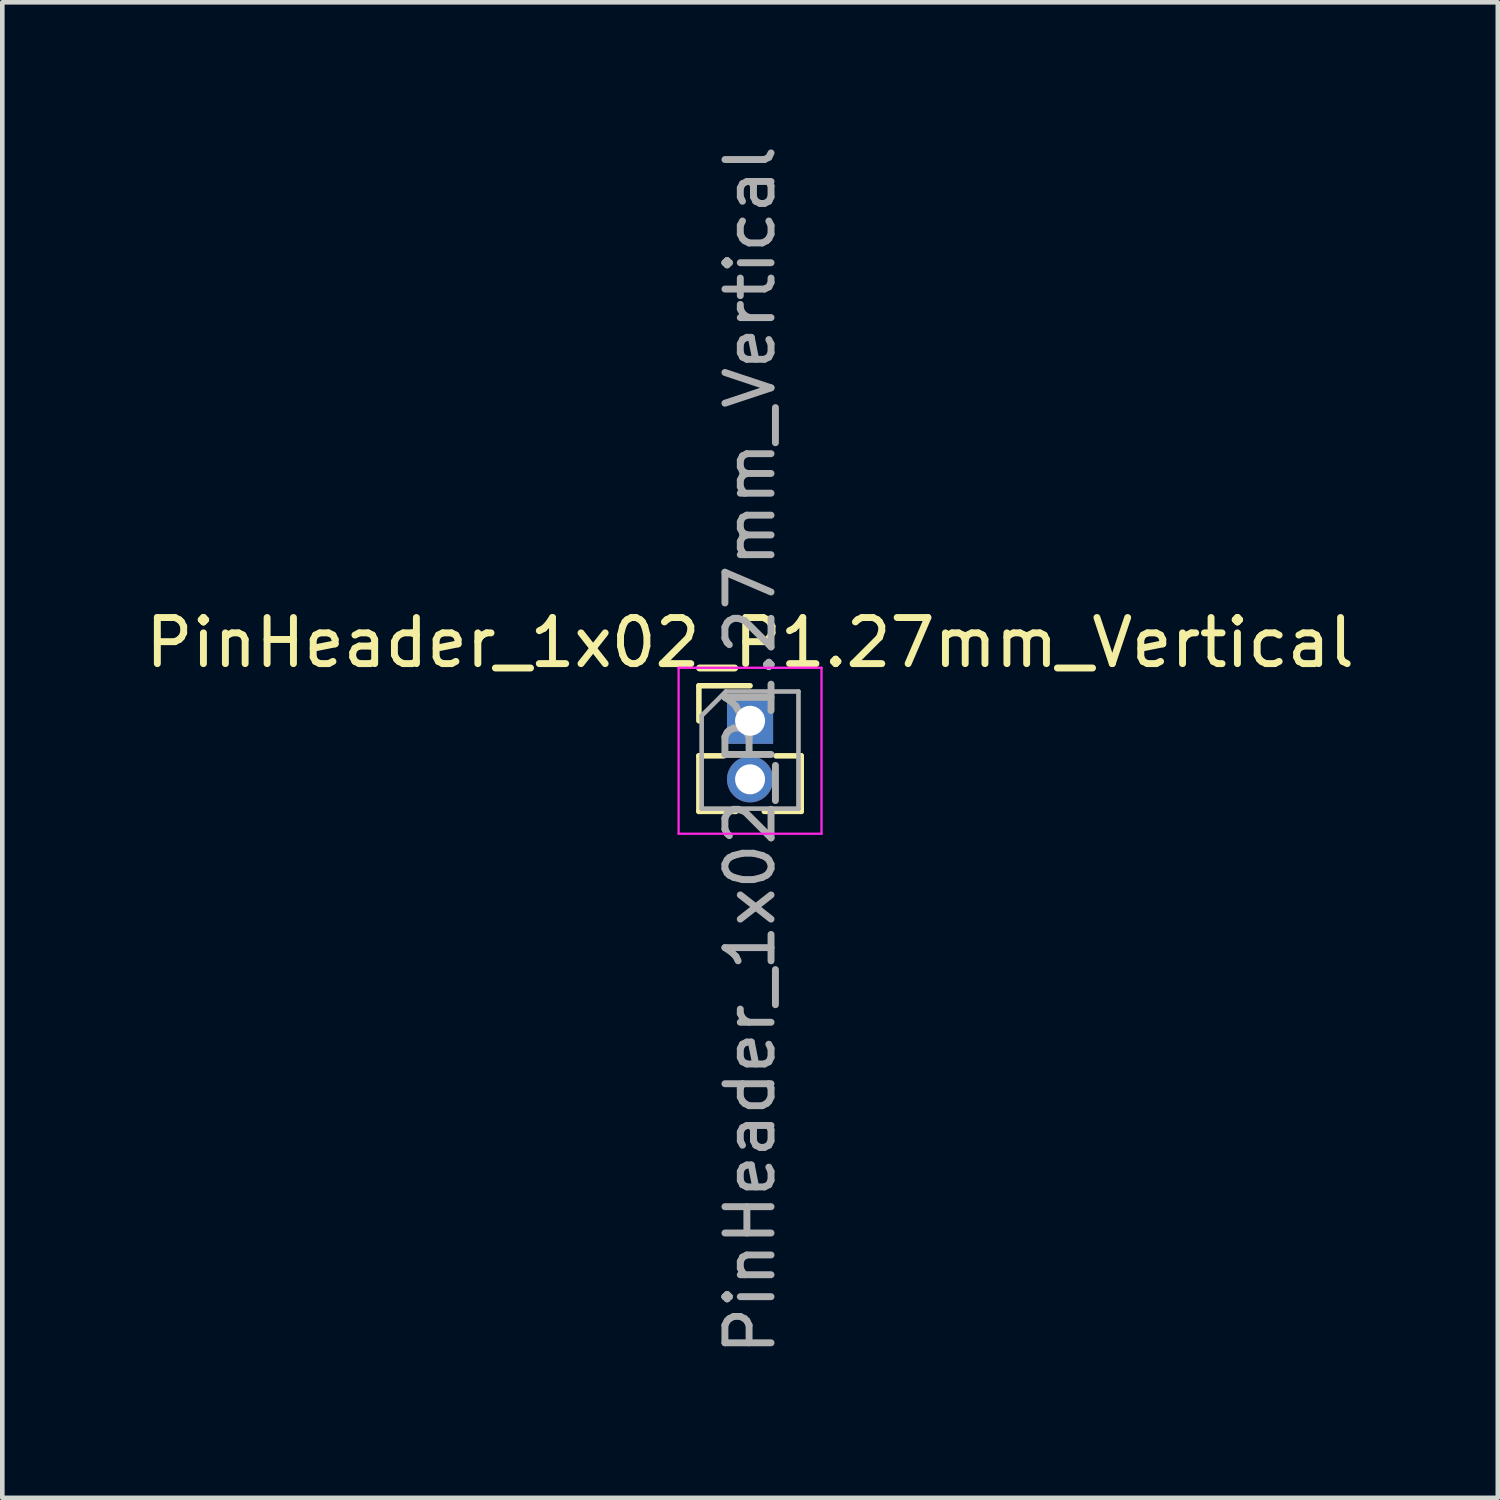
<source format=kicad_pcb>
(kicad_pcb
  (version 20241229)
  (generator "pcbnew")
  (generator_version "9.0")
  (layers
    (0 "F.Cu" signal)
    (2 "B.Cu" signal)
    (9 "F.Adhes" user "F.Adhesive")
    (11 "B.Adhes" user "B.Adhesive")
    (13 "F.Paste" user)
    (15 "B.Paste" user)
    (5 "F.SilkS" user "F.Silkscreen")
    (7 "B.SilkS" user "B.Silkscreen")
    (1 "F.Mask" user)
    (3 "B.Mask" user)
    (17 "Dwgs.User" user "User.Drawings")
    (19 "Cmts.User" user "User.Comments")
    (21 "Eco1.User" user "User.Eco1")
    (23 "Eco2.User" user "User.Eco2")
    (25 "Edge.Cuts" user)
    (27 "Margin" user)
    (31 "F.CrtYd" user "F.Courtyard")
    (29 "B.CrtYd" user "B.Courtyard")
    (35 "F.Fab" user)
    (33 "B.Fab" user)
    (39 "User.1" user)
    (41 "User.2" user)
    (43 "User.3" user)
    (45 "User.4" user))
  (footprint "PinHeader_1x02_P1.27mm_Vertical"
    (layer "F.Cu")
    (at 13.22 12.585)
    (property "Reference" "PinHeader_1x02_P1.27mm_Vertical" (at 0 -1.695 0) (layer "F.SilkS") (effects (font (size 1 1) (thickness 0.15))))
    (attr through_hole)
    (fp_line (start -1.11 -0.76) (end 0 -0.76) (stroke (width 0.12) (type solid)) (layer "F.SilkS"))
    (fp_line (start -1.11 0) (end -1.11 -0.76) (stroke (width 0.12) (type solid)) (layer "F.SilkS"))
    (fp_line (start -1.11 0.76) (end -1.11 1.965) (stroke (width 0.12) (type solid)) (layer "F.SilkS"))
    (fp_line (start -1.11 0.76) (end -0.563 0.76) (stroke (width 0.12) (type solid)) (layer "F.SilkS"))
    (fp_line (start -1.11 1.965) (end -0.308 1.965) (stroke (width 0.12) (type solid)) (layer "F.SilkS"))
    (fp_line (start 0.308 1.965) (end 1.11 1.965) (stroke (width 0.12) (type solid)) (layer "F.SilkS"))
    (fp_line (start 0.563 0.76) (end 1.11 0.76) (stroke (width 0.12) (type solid)) (layer "F.SilkS"))
    (fp_line (start 1.11 0.76) (end 1.11 1.965) (stroke (width 0.12) (type solid)) (layer "F.SilkS"))
    (fp_line (start -1.55 -1.15) (end -1.55 2.45) (stroke (width 0.05) (type solid)) (layer "F.CrtYd"))
    (fp_line (start -1.55 2.45) (end 1.55 2.45) (stroke (width 0.05) (type solid)) (layer "F.CrtYd"))
    (fp_line (start 1.55 -1.15) (end -1.55 -1.15) (stroke (width 0.05) (type solid)) (layer "F.CrtYd"))
    (fp_line (start 1.55 2.45) (end 1.55 -1.15) (stroke (width 0.05) (type solid)) (layer "F.CrtYd"))
    (fp_line (start -1.05 -0.11) (end -0.525 -0.635) (stroke (width 0.1) (type solid)) (layer "F.Fab"))
    (fp_line (start -1.05 1.905) (end -1.05 -0.11) (stroke (width 0.1) (type solid)) (layer "F.Fab"))
    (fp_line (start -0.525 -0.635) (end 1.05 -0.635) (stroke (width 0.1) (type solid)) (layer "F.Fab"))
    (fp_line (start 1.05 -0.635) (end 1.05 1.905) (stroke (width 0.1) (type solid)) (layer "F.Fab"))
    (fp_line (start 1.05 1.905) (end -1.05 1.905) (stroke (width 0.1) (type solid)) (layer "F.Fab"))
    (fp_text user "${REFERENCE}" (at 0 0.635 90) (layer "F.Fab") (effects (font (size 1 1) (thickness 0.15))))
    (pad "1" thru_hole rect (at 0 0) (size 1 1) (drill 0.65) (layers "*.Cu" "*.Mask"))
    (pad "2" thru_hole oval (at 0 1.27) (size 1 1) (drill 0.65) (layers "*.Cu" "*.Mask")))
  (gr_rect
    (start -3 -3)
    (end 29.44 29.44)
    (stroke (width 0.1) (type default))
    (fill no)
    (layer "Edge.Cuts")))
</source>
